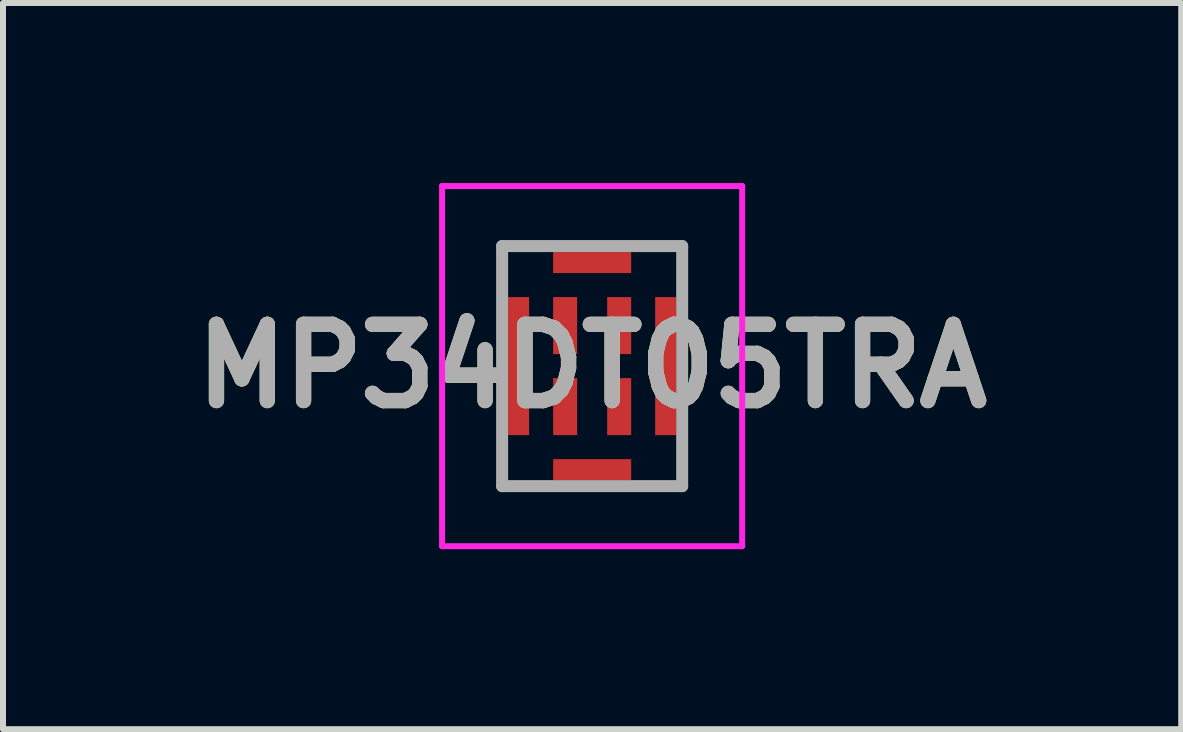
<source format=kicad_pcb>
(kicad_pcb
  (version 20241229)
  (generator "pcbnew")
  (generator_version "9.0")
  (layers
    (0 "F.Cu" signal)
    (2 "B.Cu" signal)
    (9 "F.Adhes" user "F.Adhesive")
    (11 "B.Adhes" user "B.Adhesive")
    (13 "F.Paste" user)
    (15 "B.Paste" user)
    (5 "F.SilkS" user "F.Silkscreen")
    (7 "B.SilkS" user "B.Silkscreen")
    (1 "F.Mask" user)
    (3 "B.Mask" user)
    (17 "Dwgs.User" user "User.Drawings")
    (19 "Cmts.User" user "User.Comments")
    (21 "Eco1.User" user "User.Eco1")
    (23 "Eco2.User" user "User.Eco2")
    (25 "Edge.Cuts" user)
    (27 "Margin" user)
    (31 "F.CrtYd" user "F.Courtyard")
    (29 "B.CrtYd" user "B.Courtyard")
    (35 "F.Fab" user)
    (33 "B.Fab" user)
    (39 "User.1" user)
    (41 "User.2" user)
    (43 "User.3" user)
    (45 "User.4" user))
  (footprint "MP34DT05TRA"
    (layer "F.Cu")
    (at 6.816 3.05)
    (property "Reference" "MP34DT05TRA" (at 0 0 0) (layer "F.SilkS") (effects (font (size 1.27 1.27) (thickness 0.254))))
    (attr smd)
    (fp_line (start -1.5 -2) (end -1.5 -1.5) (stroke (width 0.1) (type solid)) (layer "F.SilkS"))
    (fp_line (start -1.5 1.5) (end -1.5 2) (stroke (width 0.1) (type solid)) (layer "F.SilkS"))
    (fp_line (start -1.5 2) (end -1 2) (stroke (width 0.1) (type solid)) (layer "F.SilkS"))
    (fp_line (start -1 -2) (end -1.5 -2) (stroke (width 0.1) (type solid)) (layer "F.SilkS"))
    (fp_line (start 1 -2) (end 1.5 -2) (stroke (width 0.1) (type solid)) (layer "F.SilkS"))
    (fp_line (start 1 2) (end 1.5 2) (stroke (width 0.1) (type solid)) (layer "F.SilkS"))
    (fp_line (start 1.5 -2) (end 1.5 -1.5) (stroke (width 0.1) (type solid)) (layer "F.SilkS"))
    (fp_line (start 1.5 2) (end 1.5 1.5) (stroke (width 0.1) (type solid)) (layer "F.SilkS"))
    (fp_line (start -2.5 -3) (end 2.5 -3) (stroke (width 0.1) (type solid)) (layer "F.CrtYd"))
    (fp_line (start -2.5 3) (end -2.5 -3) (stroke (width 0.1) (type solid)) (layer "F.CrtYd"))
    (fp_line (start 2.5 -3) (end 2.5 3) (stroke (width 0.1) (type solid)) (layer "F.CrtYd"))
    (fp_line (start 2.5 3) (end -2.5 3) (stroke (width 0.1) (type solid)) (layer "F.CrtYd"))
    (fp_line (start -1.5 -2) (end 1.5 -2) (stroke (width 0.2) (type solid)) (layer "F.Fab"))
    (fp_line (start -1.5 2) (end -1.5 -2) (stroke (width 0.2) (type solid)) (layer "F.Fab"))
    (fp_line (start 1.5 -2) (end 1.5 2) (stroke (width 0.2) (type solid)) (layer "F.Fab"))
    (fp_line (start 1.5 2) (end -1.5 2) (stroke (width 0.2) (type solid)) (layer "F.Fab"))
    (fp_text user "${REFERENCE}" (at 0 0 0) (layer "F.Fab") (effects (font (size 1.27 1.27) (thickness 0.254))))
    (pad "1" smd rect (at -0.45 -0.675) (size 0.4 0.95) (layers "F.Cu" "F.Mask" "F.Paste"))
    (pad "2" smd rect (at -0.45 0.675) (size 0.4 0.95) (layers "F.Cu" "F.Mask" "F.Paste"))
    (pad "3" smd rect (at 0.45 0.675) (size 0.4 0.95) (layers "F.Cu" "F.Mask" "F.Paste"))
    (pad "4" smd rect (at 0.45 -0.675) (size 0.4 0.95) (layers "F.Cu" "F.Mask" "F.Paste"))
    (pad "5" smd rect (at -1.225 0) (size 0.35 2.3) (layers "F.Cu" "F.Mask" "F.Paste"))
    (pad "6" smd rect (at 1.225 0) (size 0.35 2.3) (layers "F.Cu" "F.Mask" "F.Paste"))
    (pad "7" smd rect (at 0 -1.725 90) (size 0.35 1.3) (layers "F.Cu" "F.Mask" "F.Paste"))
    (pad "8" smd rect (at 0 1.725 90) (size 0.35 1.3) (layers "F.Cu" "F.Mask" "F.Paste")))
  (gr_rect
    (start -3 -3)
    (end 16.631 9.1)
    (stroke (width 0.1) (type default))
    (fill no)
    (layer "Edge.Cuts")))
</source>
